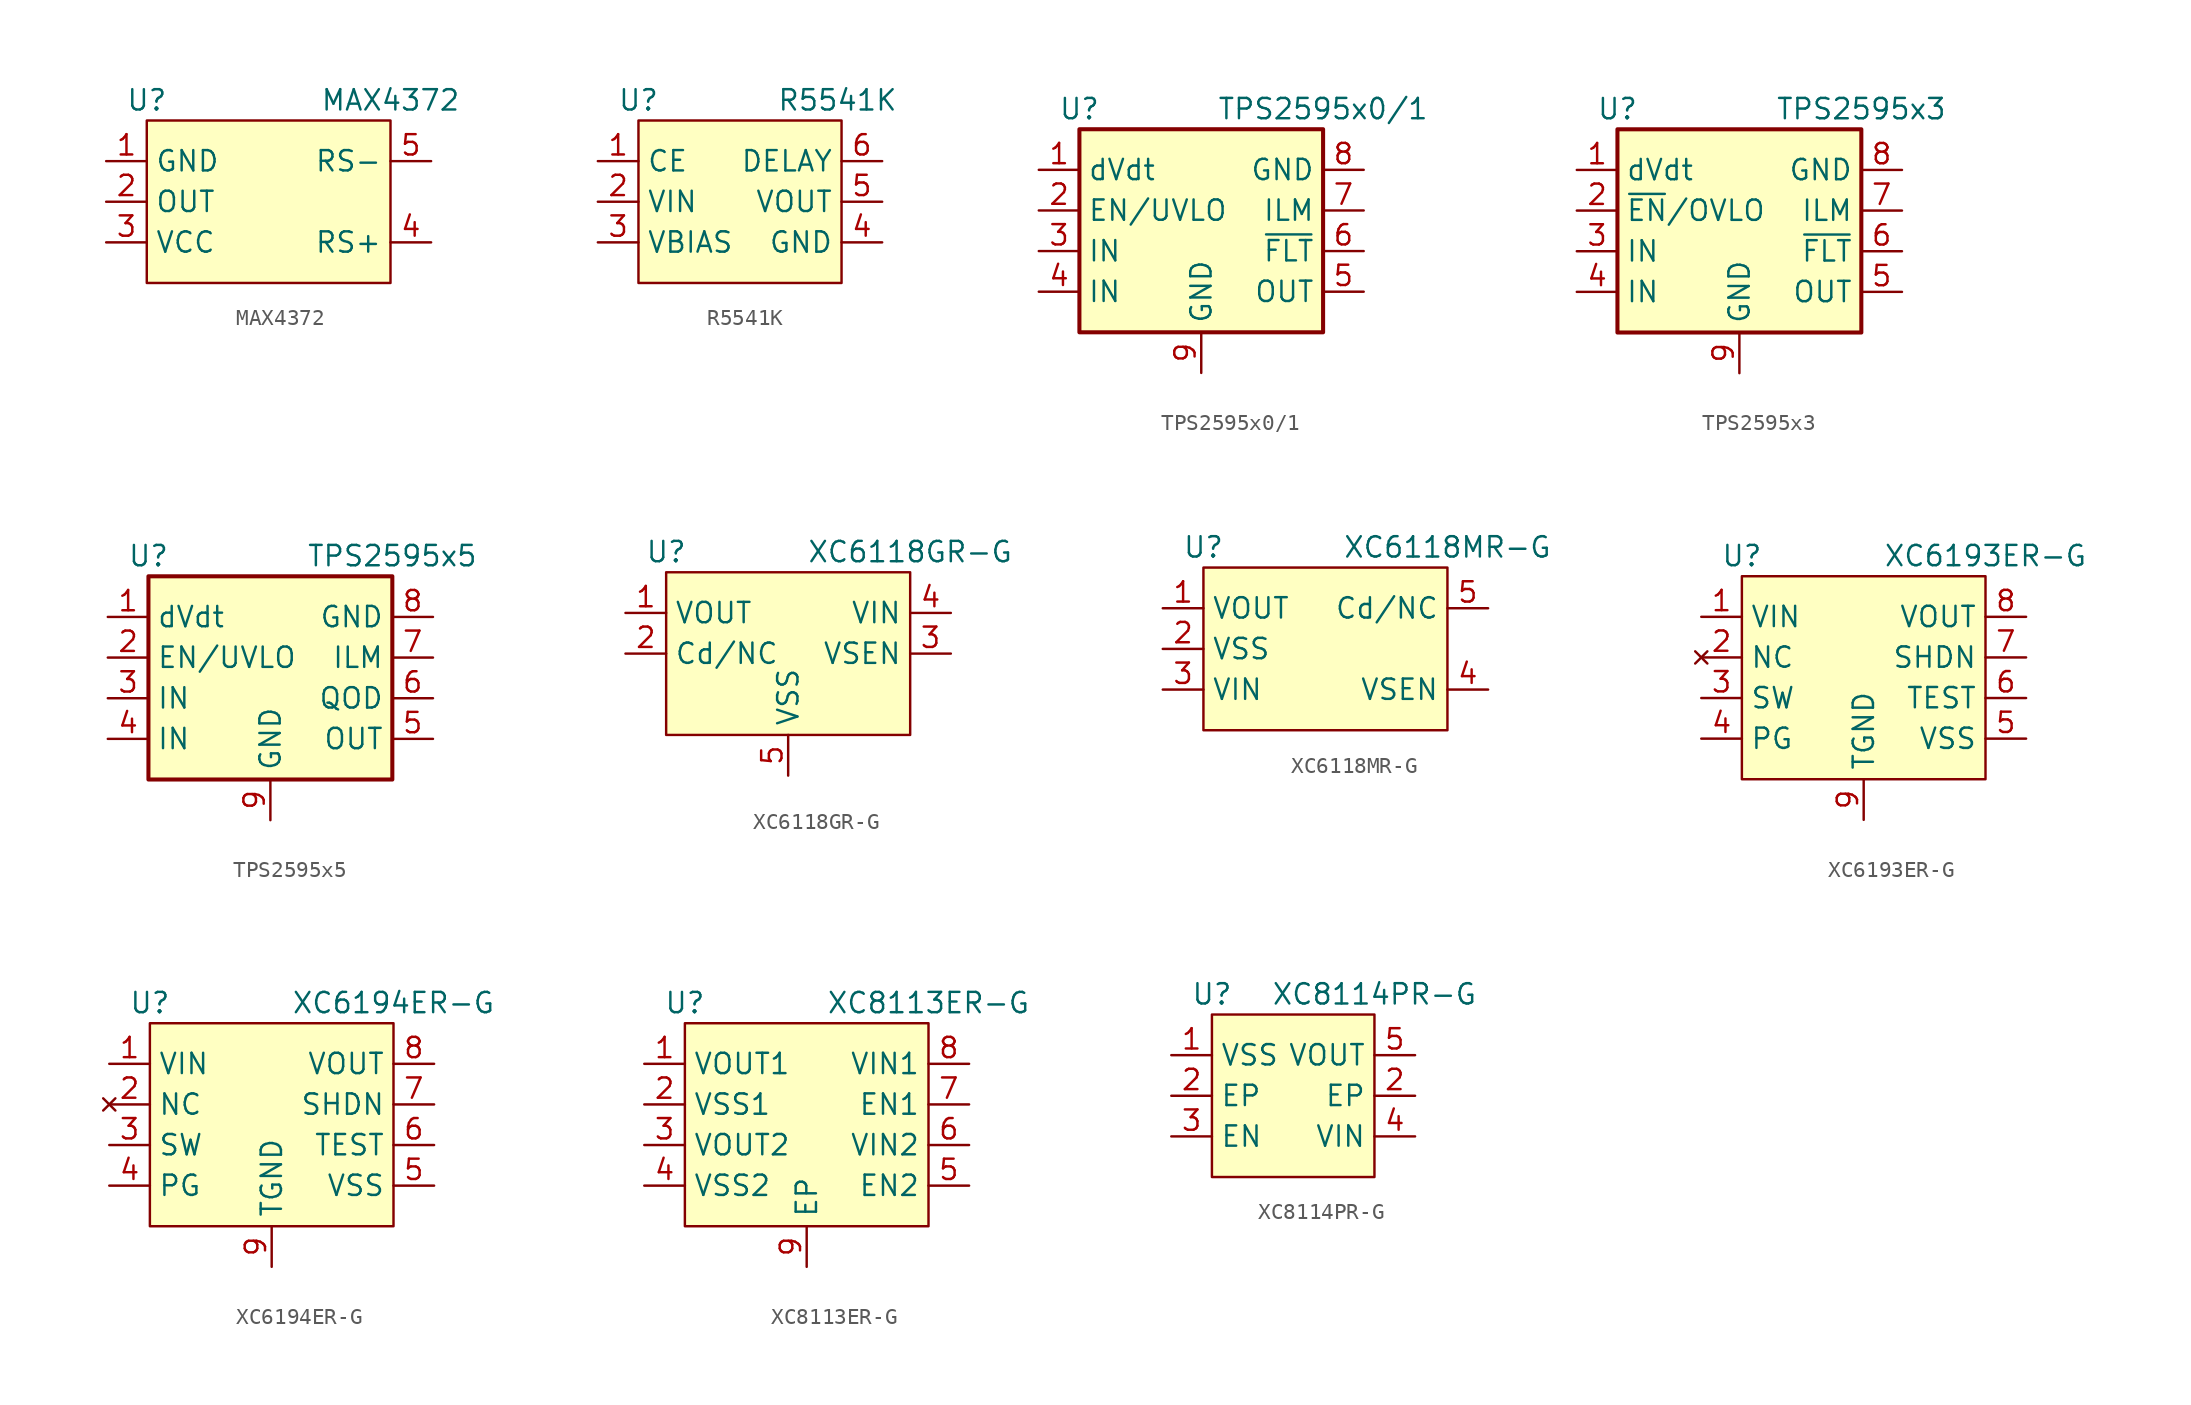
<source format=kicad_sym>
(kicad_symbol_lib
  (version 20231120)
  (generator "kicad_symbol_editor")
  (generator_version "8.0")
  (symbol "MAX4372"
    (property "Reference" "U"
      (at -7.62 6.35 0)
      (effects (font (size 1.27 1.27))))
    (property "Value" "MAX4372"
      (at 7.62 6.35 0)
      (effects (font (size 1.27 1.27))))
    (symbol "MAX4372_1_1"
      (rectangle (start -7.62 5.08) (end 7.62 -5.08) (stroke (width 0) (type default)) (fill (type background)))
      (pin power_in line (at -10.16 2.54 0) (length 2.54) (name "GND" (effects (font (size 1.27 1.27)))) (number "1" (effects (font (size 1.27 1.27)))))
      (pin power_out line (at -10.16 0 0) (length 2.54) (name "OUT" (effects (font (size 1.27 1.27)))) (number "2" (effects (font (size 1.27 1.27)))))
      (pin power_in line (at -10.16 -2.54 0) (length 2.54) (name "VCC" (effects (font (size 1.27 1.27)))) (number "3" (effects (font (size 1.27 1.27)))))
      (pin passive line (at 10.16 -2.54 180) (length 2.54) (name "RS+" (effects (font (size 1.27 1.27)))) (number "4" (effects (font (size 1.27 1.27)))))
      (pin passive line (at 10.16 2.54 180) (length 2.54) (name "RS-" (effects (font (size 1.27 1.27)))) (number "5" (effects (font (size 1.27 1.27)))))))
  (symbol "R5541K"
    (property "Reference" "U"
      (at -6.35 6.35 0)
      (effects (font (size 1.27 1.27))))
    (property "Value" "R5541K"
      (at 6.096 6.35 0)
      (effects (font (size 1.27 1.27))))
    (symbol "R5541K_1_1"
      (rectangle (start -6.35 5.08) (end 6.35 -5.08) (stroke (width 0) (type default)) (fill (type background)))
      (pin input line (at -8.89 2.54 0) (length 2.54) (name "CE" (effects (font (size 1.27 1.27)))) (number "1" (effects (font (size 1.27 1.27)))))
      (pin power_in line (at -8.89 0 0) (length 2.54) (name "VIN" (effects (font (size 1.27 1.27)))) (number "2" (effects (font (size 1.27 1.27)))))
      (pin power_in line (at -8.89 -2.54 0) (length 2.54) (name "VBIAS" (effects (font (size 1.27 1.27)))) (number "3" (effects (font (size 1.27 1.27)))))
      (pin power_in line (at 8.89 -2.54 180) (length 2.54) (name "GND" (effects (font (size 1.27 1.27)))) (number "4" (effects (font (size 1.27 1.27)))))
      (pin power_out line (at 8.89 0 180) (length 2.54) (name "VOUT" (effects (font (size 1.27 1.27)))) (number "5" (effects (font (size 1.27 1.27)))))
      (pin passive line (at 8.89 2.54 180) (length 2.54) (name "DELAY" (effects (font (size 1.27 1.27)))) (number "6" (effects (font (size 1.27 1.27)))))))
  (symbol "TPS2595x0/1"
    (property "Reference" "U"
      (at -7.62 7.62 0)
      (effects (font (size 1.27 1.27))))
    (property "Value" "TPS2595x0/1"
      (at 7.62 7.62 0)
      (effects (font (size 1.27 1.27))))
    (symbol "TPS2595x0/1_0_1"
      (rectangle (start -7.62 6.35) (end 7.62 -6.35) (stroke (width 0.254) (type default)) (fill (type background))))
    (symbol "TPS2595x0/1_1_1"
      (pin bidirectional line (at -10.16 3.81 0) (length 2.54) (name "dVdt" (effects (font (size 1.27 1.27)))) (number "1" (effects (font (size 1.27 1.27)))))
      (pin input line (at -10.16 1.27 0) (length 2.54) (name "EN/UVLO" (effects (font (size 1.27 1.27)))) (number "2" (effects (font (size 1.27 1.27)))))
      (pin power_in line (at -10.16 -1.27 0) (length 2.54) (name "IN" (effects (font (size 1.27 1.27)))) (number "3" (effects (font (size 1.27 1.27)))))
      (pin power_in line (at -10.16 -3.81 0) (length 2.54) (name "IN" (effects (font (size 1.27 1.27)))) (number "4" (effects (font (size 1.27 1.27)))))
      (pin power_out line (at 10.16 -3.81 180) (length 2.54) (name "OUT" (effects (font (size 1.27 1.27)))) (number "5" (effects (font (size 1.27 1.27)))))
      (pin output line (at 10.16 -1.27 180) (length 2.54) (name "~{FLT}" (effects (font (size 1.27 1.27)))) (number "6" (effects (font (size 1.27 1.27)))))
      (pin bidirectional line (at 10.16 1.27 180) (length 2.54) (name "ILM" (effects (font (size 1.27 1.27)))) (number "7" (effects (font (size 1.27 1.27)))))
      (pin power_in line (at 10.16 3.81 180) (length 2.54) (name "GND" (effects (font (size 1.27 1.27)))) (number "8" (effects (font (size 1.27 1.27)))))
      (pin power_in line (at 0 -8.89 90) (length 2.54) (name "GND" (effects (font (size 1.27 1.27)))) (number "9" (effects (font (size 1.27 1.27)))))))
  (symbol "TPS2595x3"
    (property "Reference" "U"
      (at -7.62 7.62 0)
      (effects (font (size 1.27 1.27))))
    (property "Value" "TPS2595x3"
      (at 7.62 7.62 0)
      (effects (font (size 1.27 1.27))))
    (symbol "TPS2595x3_0_1"
      (rectangle (start -7.62 6.35) (end 7.62 -6.35) (stroke (width 0.254) (type default)) (fill (type background))))
    (symbol "TPS2595x3_1_1"
      (pin bidirectional line (at -10.16 3.81 0) (length 2.54) (name "dVdt" (effects (font (size 1.27 1.27)))) (number "1" (effects (font (size 1.27 1.27)))))
      (pin input line (at -10.16 1.27 0) (length 2.54) (name "~{EN}/OVLO" (effects (font (size 1.27 1.27)))) (number "2" (effects (font (size 1.27 1.27)))))
      (pin power_in line (at -10.16 -1.27 0) (length 2.54) (name "IN" (effects (font (size 1.27 1.27)))) (number "3" (effects (font (size 1.27 1.27)))))
      (pin power_in line (at -10.16 -3.81 0) (length 2.54) (name "IN" (effects (font (size 1.27 1.27)))) (number "4" (effects (font (size 1.27 1.27)))))
      (pin power_out line (at 10.16 -3.81 180) (length 2.54) (name "OUT" (effects (font (size 1.27 1.27)))) (number "5" (effects (font (size 1.27 1.27)))))
      (pin output line (at 10.16 -1.27 180) (length 2.54) (name "~{FLT}" (effects (font (size 1.27 1.27)))) (number "6" (effects (font (size 1.27 1.27)))))
      (pin bidirectional line (at 10.16 1.27 180) (length 2.54) (name "ILM" (effects (font (size 1.27 1.27)))) (number "7" (effects (font (size 1.27 1.27)))))
      (pin power_in line (at 10.16 3.81 180) (length 2.54) (name "GND" (effects (font (size 1.27 1.27)))) (number "8" (effects (font (size 1.27 1.27)))))
      (pin power_in line (at 0 -8.89 90) (length 2.54) (name "GND" (effects (font (size 1.27 1.27)))) (number "9" (effects (font (size 1.27 1.27)))))))
  (symbol "TPS2595x5"
    (property "Reference" "U"
      (at -7.62 7.62 0)
      (effects (font (size 1.27 1.27))))
    (property "Value" "TPS2595x5"
      (at 7.62 7.62 0)
      (effects (font (size 1.27 1.27))))
    (symbol "TPS2595x5_0_1"
      (rectangle (start -7.62 6.35) (end 7.62 -6.35) (stroke (width 0.254) (type default)) (fill (type background))))
    (symbol "TPS2595x5_1_1"
      (pin bidirectional line (at -10.16 3.81 0) (length 2.54) (name "dVdt" (effects (font (size 1.27 1.27)))) (number "1" (effects (font (size 1.27 1.27)))))
      (pin input line (at -10.16 1.27 0) (length 2.54) (name "EN/UVLO" (effects (font (size 1.27 1.27)))) (number "2" (effects (font (size 1.27 1.27)))))
      (pin power_in line (at -10.16 -1.27 0) (length 2.54) (name "IN" (effects (font (size 1.27 1.27)))) (number "3" (effects (font (size 1.27 1.27)))))
      (pin power_in line (at -10.16 -3.81 0) (length 2.54) (name "IN" (effects (font (size 1.27 1.27)))) (number "4" (effects (font (size 1.27 1.27)))))
      (pin power_out line (at 10.16 -3.81 180) (length 2.54) (name "OUT" (effects (font (size 1.27 1.27)))) (number "5" (effects (font (size 1.27 1.27)))))
      (pin output line (at 10.16 -1.27 180) (length 2.54) (name "QOD" (effects (font (size 1.27 1.27)))) (number "6" (effects (font (size 1.27 1.27)))))
      (pin bidirectional line (at 10.16 1.27 180) (length 2.54) (name "ILM" (effects (font (size 1.27 1.27)))) (number "7" (effects (font (size 1.27 1.27)))))
      (pin power_in line (at 10.16 3.81 180) (length 2.54) (name "GND" (effects (font (size 1.27 1.27)))) (number "8" (effects (font (size 1.27 1.27)))))
      (pin power_in line (at 0 -8.89 90) (length 2.54) (name "GND" (effects (font (size 1.27 1.27)))) (number "9" (effects (font (size 1.27 1.27)))))))
  (symbol "XC6118GR-G"
    (property "Reference" "U"
      (at -7.62 5.08 0)
      (effects (font (size 1.27 1.27))))
    (property "Value" "XC6118GR-G"
      (at 7.62 5.08 0)
      (effects (font (size 1.27 1.27))))
    (symbol "XC6118GR-G_1_1"
      (rectangle (start -7.62 3.81) (end 7.62 -6.35) (stroke (width 0) (type default)) (fill (type background)))
      (pin power_out line (at -10.16 1.27 0) (length 2.54) (name "VOUT" (effects (font (size 1.27 1.27)))) (number "1" (effects (font (size 1.27 1.27)))))
      (pin passive line (at -10.16 -1.27 0) (length 2.54) (name "Cd/NC" (effects (font (size 1.27 1.27)))) (number "2" (effects (font (size 1.27 1.27)))))
      (pin passive line (at 10.16 -1.27 180) (length 2.54) (name "VSEN" (effects (font (size 1.27 1.27)))) (number "3" (effects (font (size 1.27 1.27)))))
      (pin power_in line (at 10.16 1.27 180) (length 2.54) (name "VIN" (effects (font (size 1.27 1.27)))) (number "4" (effects (font (size 1.27 1.27)))))
      (pin power_in line (at 0 -8.89 90) (length 2.54) (name "VSS" (effects (font (size 1.27 1.27)))) (number "5" (effects (font (size 1.27 1.27)))))))
  (symbol "XC6118MR-G"
    (property "Reference" "U"
      (at -7.62 6.35 0)
      (effects (font (size 1.27 1.27))))
    (property "Value" "XC6118MR-G"
      (at 7.62 6.35 0)
      (effects (font (size 1.27 1.27))))
    (symbol "XC6118MR-G_1_1"
      (rectangle (start -7.62 5.08) (end 7.62 -5.08) (stroke (width 0) (type default)) (fill (type background)))
      (pin power_out line (at -10.16 2.54 0) (length 2.54) (name "VOUT" (effects (font (size 1.27 1.27)))) (number "1" (effects (font (size 1.27 1.27)))))
      (pin power_in line (at -10.16 0 0) (length 2.54) (name "VSS" (effects (font (size 1.27 1.27)))) (number "2" (effects (font (size 1.27 1.27)))))
      (pin power_in line (at -10.16 -2.54 0) (length 2.54) (name "VIN" (effects (font (size 1.27 1.27)))) (number "3" (effects (font (size 1.27 1.27)))))
      (pin passive line (at 10.16 -2.54 180) (length 2.54) (name "VSEN" (effects (font (size 1.27 1.27)))) (number "4" (effects (font (size 1.27 1.27)))))
      (pin passive line (at 10.16 2.54 180) (length 2.54) (name "Cd/NC" (effects (font (size 1.27 1.27)))) (number "5" (effects (font (size 1.27 1.27)))))))
  (symbol "XC6193ER-G"
    (property "Reference" "U"
      (at -7.62 7.62 0)
      (effects (font (size 1.27 1.27))))
    (property "Value" "XC6193ER-G"
      (at 7.62 7.62 0)
      (effects (font (size 1.27 1.27))))
    (symbol "XC6193ER-G_1_1"
      (rectangle (start -7.62 6.35) (end 7.62 -6.35) (stroke (width 0) (type default)) (fill (type background)))
      (pin power_in line (at -10.16 3.81 0) (length 2.54) (name "VIN" (effects (font (size 1.27 1.27)))) (number "1" (effects (font (size 1.27 1.27)))))
      (pin no_connect line (at -10.16 1.27 0) (length 2.54) (name "NC" (effects (font (size 1.27 1.27)))) (number "2" (effects (font (size 1.27 1.27)))))
      (pin input line (at -10.16 -1.27 0) (length 2.54) (name "SW" (effects (font (size 1.27 1.27)))) (number "3" (effects (font (size 1.27 1.27)))))
      (pin output line (at -10.16 -3.81 0) (length 2.54) (name "PG" (effects (font (size 1.27 1.27)))) (number "4" (effects (font (size 1.27 1.27)))))
      (pin power_in line (at 10.16 -3.81 180) (length 2.54) (name "VSS" (effects (font (size 1.27 1.27)))) (number "5" (effects (font (size 1.27 1.27)))))
      (pin power_in line (at 10.16 -1.27 180) (length 2.54) (name "TEST" (effects (font (size 1.27 1.27)))) (number "6" (effects (font (size 1.27 1.27)))))
      (pin input line (at 10.16 1.27 180) (length 2.54) (name "SHDN" (effects (font (size 1.27 1.27)))) (number "7" (effects (font (size 1.27 1.27)))))
      (pin power_out line (at 10.16 3.81 180) (length 2.54) (name "VOUT" (effects (font (size 1.27 1.27)))) (number "8" (effects (font (size 1.27 1.27)))))
      (pin power_in line (at 0 -8.89 90) (length 2.54) (name "TGND" (effects (font (size 1.27 1.27)))) (number "9" (effects (font (size 1.27 1.27)))))))
  (symbol "XC6194ER-G"
    (property "Reference" "U"
      (at -7.62 7.62 0)
      (effects (font (size 1.27 1.27))))
    (property "Value" "XC6194ER-G"
      (at 7.62 7.62 0)
      (effects (font (size 1.27 1.27))))
    (symbol "XC6194ER-G_1_1"
      (rectangle (start -7.62 6.35) (end 7.62 -6.35) (stroke (width 0) (type default)) (fill (type background)))
      (pin power_in line (at -10.16 3.81 0) (length 2.54) (name "VIN" (effects (font (size 1.27 1.27)))) (number "1" (effects (font (size 1.27 1.27)))))
      (pin no_connect line (at -10.16 1.27 0) (length 2.54) (name "NC" (effects (font (size 1.27 1.27)))) (number "2" (effects (font (size 1.27 1.27)))))
      (pin input line (at -10.16 -1.27 0) (length 2.54) (name "SW" (effects (font (size 1.27 1.27)))) (number "3" (effects (font (size 1.27 1.27)))))
      (pin output line (at -10.16 -3.81 0) (length 2.54) (name "PG" (effects (font (size 1.27 1.27)))) (number "4" (effects (font (size 1.27 1.27)))))
      (pin power_in line (at 10.16 -3.81 180) (length 2.54) (name "VSS" (effects (font (size 1.27 1.27)))) (number "5" (effects (font (size 1.27 1.27)))))
      (pin power_in line (at 10.16 -1.27 180) (length 2.54) (name "TEST" (effects (font (size 1.27 1.27)))) (number "6" (effects (font (size 1.27 1.27)))))
      (pin input line (at 10.16 1.27 180) (length 2.54) (name "SHDN" (effects (font (size 1.27 1.27)))) (number "7" (effects (font (size 1.27 1.27)))))
      (pin power_out line (at 10.16 3.81 180) (length 2.54) (name "VOUT" (effects (font (size 1.27 1.27)))) (number "8" (effects (font (size 1.27 1.27)))))
      (pin power_in line (at 0 -8.89 90) (length 2.54) (name "TGND" (effects (font (size 1.27 1.27)))) (number "9" (effects (font (size 1.27 1.27)))))))
  (symbol "XC8113ER-G"
    (property "Reference" "U"
      (at -7.62 7.62 0)
      (effects (font (size 1.27 1.27))))
    (property "Value" "XC8113ER-G"
      (at 7.62 7.62 0)
      (effects (font (size 1.27 1.27))))
    (symbol "XC8113ER-G_1_1"
      (rectangle (start -7.62 6.35) (end 7.62 -6.35) (stroke (width 0) (type default)) (fill (type background)))
      (pin power_out line (at -10.16 3.81 0) (length 2.54) (name "VOUT1" (effects (font (size 1.27 1.27)))) (number "1" (effects (font (size 1.27 1.27)))))
      (pin power_in line (at -10.16 1.27 0) (length 2.54) (name "VSS1" (effects (font (size 1.27 1.27)))) (number "2" (effects (font (size 1.27 1.27)))))
      (pin power_out line (at -10.16 -1.27 0) (length 2.54) (name "VOUT2" (effects (font (size 1.27 1.27)))) (number "3" (effects (font (size 1.27 1.27)))))
      (pin power_in line (at -10.16 -3.81 0) (length 2.54) (name "VSS2" (effects (font (size 1.27 1.27)))) (number "4" (effects (font (size 1.27 1.27)))))
      (pin input line (at 10.16 -3.81 180) (length 2.54) (name "EN2" (effects (font (size 1.27 1.27)))) (number "5" (effects (font (size 1.27 1.27)))))
      (pin power_in line (at 10.16 -1.27 180) (length 2.54) (name "VIN2" (effects (font (size 1.27 1.27)))) (number "6" (effects (font (size 1.27 1.27)))))
      (pin input line (at 10.16 1.27 180) (length 2.54) (name "EN1" (effects (font (size 1.27 1.27)))) (number "7" (effects (font (size 1.27 1.27)))))
      (pin power_in line (at 10.16 3.81 180) (length 2.54) (name "VIN1" (effects (font (size 1.27 1.27)))) (number "8" (effects (font (size 1.27 1.27)))))
      (pin power_in line (at 0 -8.89 90) (length 2.54) (name "EP" (effects (font (size 1.27 1.27)))) (number "9" (effects (font (size 1.27 1.27)))))))
  (symbol "XC8114PR-G"
    (property "Reference" "U"
      (at -5.08 6.35 0)
      (effects (font (size 1.27 1.27))))
    (property "Value" "XC8114PR-G"
      (at 5.08 6.35 0)
      (effects (font (size 1.27 1.27))))
    (symbol "XC8114PR-G_1_1"
      (rectangle (start -5.08 5.08) (end 5.08 -5.08) (stroke (width 0) (type default)) (fill (type background)))
      (pin power_in line (at -7.62 2.54 0) (length 2.54) (name "VSS" (effects (font (size 1.27 1.27)))) (number "1" (effects (font (size 1.27 1.27)))))
      (pin power_in line (at -7.62 0 0) (length 2.54) (name "EP" (effects (font (size 1.27 1.27)))) (number "2" (effects (font (size 1.27 1.27)))))
      (pin power_in line (at 7.62 0 180) (length 2.54) (name "EP" (effects (font (size 1.27 1.27)))) (number "2" (effects (font (size 1.27 1.27)))))
      (pin input line (at -7.62 -2.54 0) (length 2.54) (name "EN" (effects (font (size 1.27 1.27)))) (number "3" (effects (font (size 1.27 1.27)))))
      (pin power_in line (at 7.62 -2.54 180) (length 2.54) (name "VIN" (effects (font (size 1.27 1.27)))) (number "4" (effects (font (size 1.27 1.27)))))
      (pin power_out line (at 7.62 2.54 180) (length 2.54) (name "VOUT" (effects (font (size 1.27 1.27)))) (number "5" (effects (font (size 1.27 1.27))))))))
</source>
